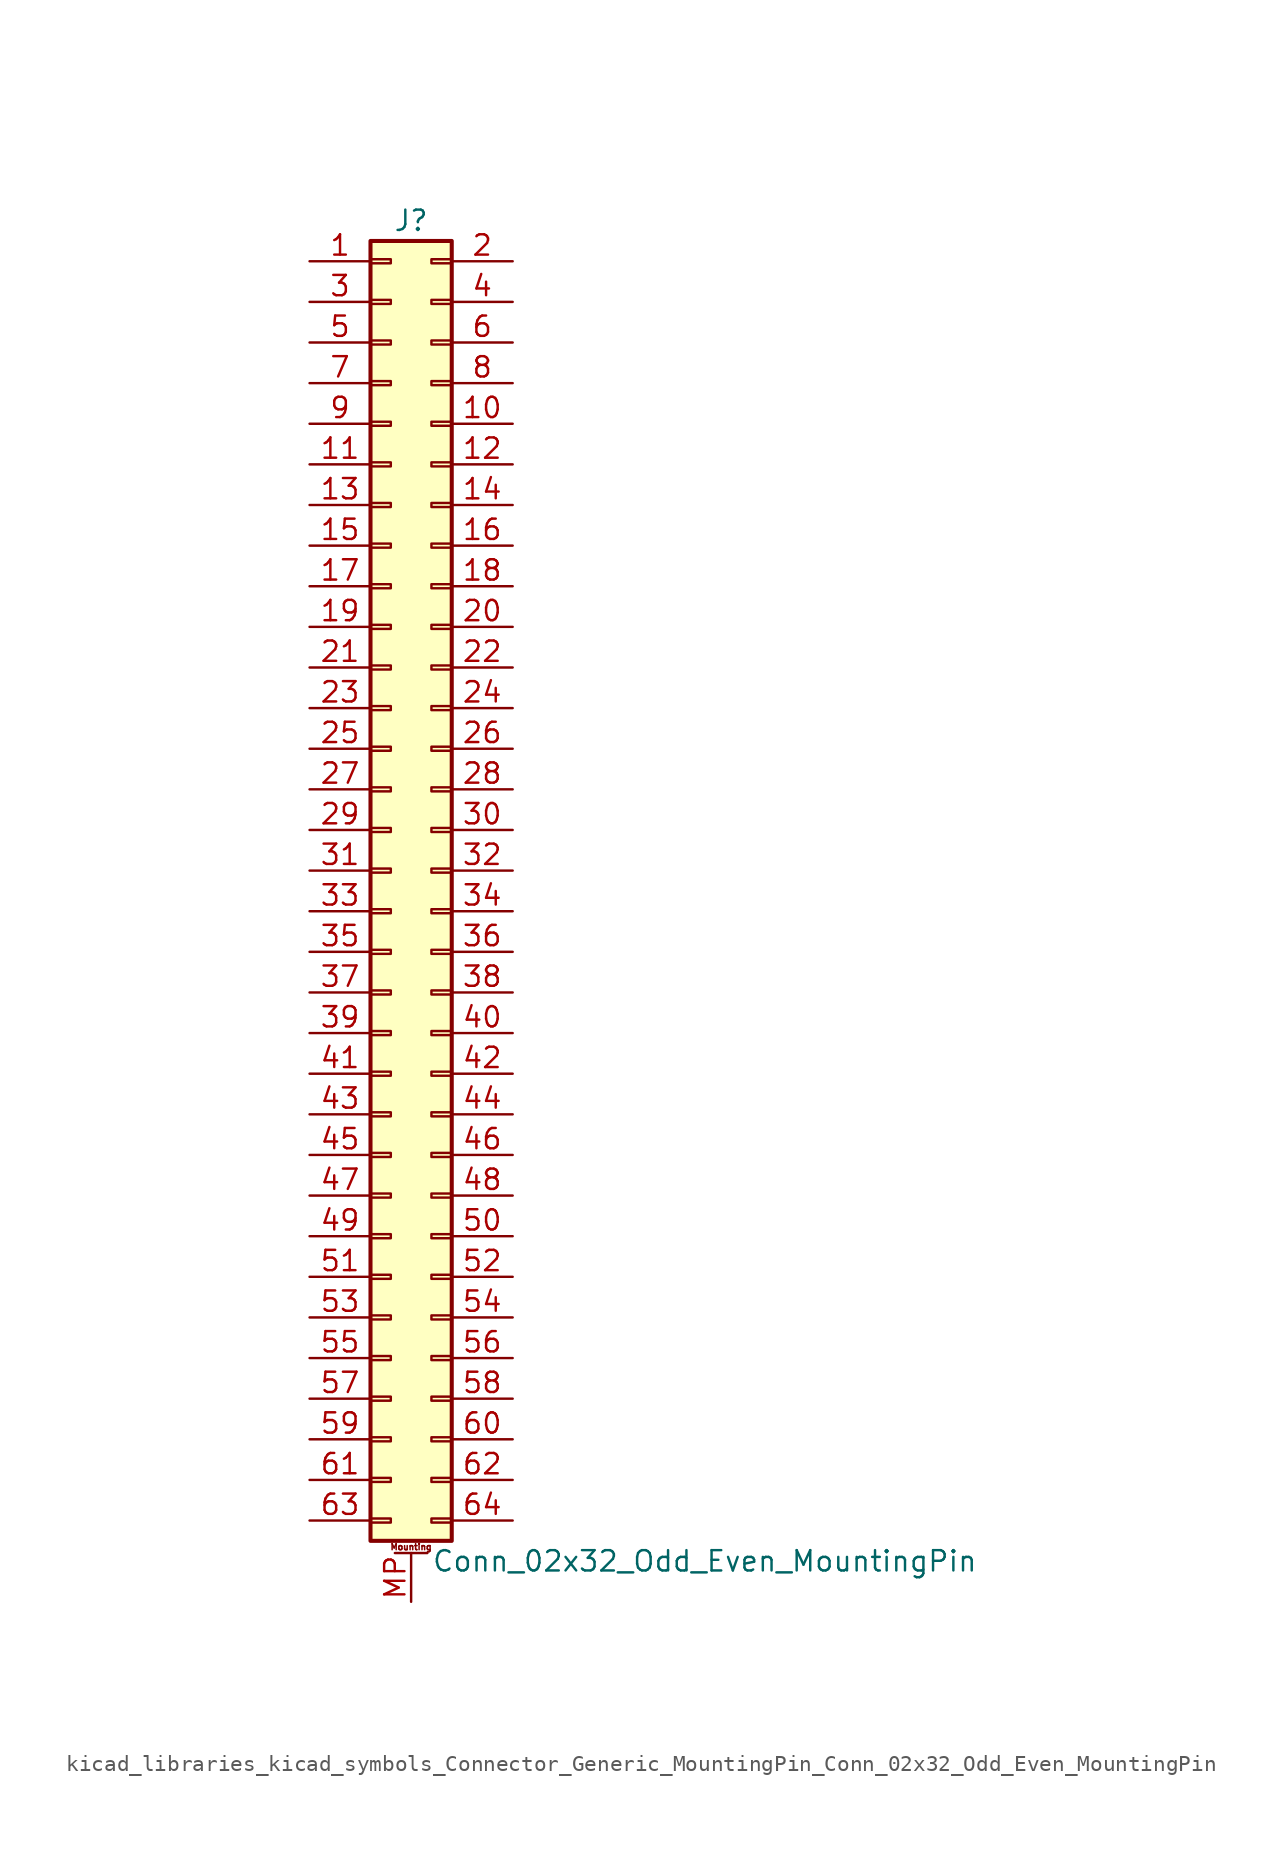
<source format=kicad_sym>
(kicad_symbol_lib
  (version 20220914)
  (generator kicad_symbol_editor)
  (symbol "kicad_libraries_kicad_symbols_Connector_Generic_MountingPin_Conn_02x32_Odd_Even_MountingPin"
    (pin_names
      (offset 1.016) hide)
    (property "Reference" "J"
      (at 1.27 40.64 0)
      (effects (font (size 1.27 1.27))))
    (property "Value" "Conn_02x32_Odd_Even_MountingPin"
      (at 2.54 -43.18 0)
      (effects (font (size 1.27 1.27)) (justify left)))
    (symbol "kicad_libraries_kicad_symbols_Connector_Generic_MountingPin_Conn_02x32_Odd_Even_MountingPin_1_1"
      (rectangle (start -1.27 -40.513) (end 0 -40.767) (stroke (width 0.152) (type default)) (fill (type none)))
      (rectangle (start -1.27 -37.973) (end 0 -38.227) (stroke (width 0.152) (type default)) (fill (type none)))
      (rectangle (start -1.27 -35.433) (end 0 -35.687) (stroke (width 0.152) (type default)) (fill (type none)))
      (rectangle (start -1.27 -32.893) (end 0 -33.147) (stroke (width 0.152) (type default)) (fill (type none)))
      (rectangle (start -1.27 -30.353) (end 0 -30.607) (stroke (width 0.152) (type default)) (fill (type none)))
      (rectangle (start -1.27 -27.813) (end 0 -28.067) (stroke (width 0.152) (type default)) (fill (type none)))
      (rectangle (start -1.27 -25.273) (end 0 -25.527) (stroke (width 0.152) (type default)) (fill (type none)))
      (rectangle (start -1.27 -22.733) (end 0 -22.987) (stroke (width 0.152) (type default)) (fill (type none)))
      (rectangle (start -1.27 -20.193) (end 0 -20.447) (stroke (width 0.152) (type default)) (fill (type none)))
      (rectangle (start -1.27 -17.653) (end 0 -17.907) (stroke (width 0.152) (type default)) (fill (type none)))
      (rectangle (start -1.27 -15.113) (end 0 -15.367) (stroke (width 0.152) (type default)) (fill (type none)))
      (rectangle (start -1.27 -12.573) (end 0 -12.827) (stroke (width 0.152) (type default)) (fill (type none)))
      (rectangle (start -1.27 -10.033) (end 0 -10.287) (stroke (width 0.152) (type default)) (fill (type none)))
      (rectangle (start -1.27 -7.493) (end 0 -7.747) (stroke (width 0.152) (type default)) (fill (type none)))
      (rectangle (start -1.27 -4.953) (end 0 -5.207) (stroke (width 0.152) (type default)) (fill (type none)))
      (rectangle (start -1.27 -2.413) (end 0 -2.667) (stroke (width 0.152) (type default)) (fill (type none)))
      (rectangle (start -1.27 0.127) (end 0 -0.127) (stroke (width 0.152) (type default)) (fill (type none)))
      (rectangle (start -1.27 2.667) (end 0 2.413) (stroke (width 0.152) (type default)) (fill (type none)))
      (rectangle (start -1.27 5.207) (end 0 4.953) (stroke (width 0.152) (type default)) (fill (type none)))
      (rectangle (start -1.27 7.747) (end 0 7.493) (stroke (width 0.152) (type default)) (fill (type none)))
      (rectangle (start -1.27 10.287) (end 0 10.033) (stroke (width 0.152) (type default)) (fill (type none)))
      (rectangle (start -1.27 12.827) (end 0 12.573) (stroke (width 0.152) (type default)) (fill (type none)))
      (rectangle (start -1.27 15.367) (end 0 15.113) (stroke (width 0.152) (type default)) (fill (type none)))
      (rectangle (start -1.27 17.907) (end 0 17.653) (stroke (width 0.152) (type default)) (fill (type none)))
      (rectangle (start -1.27 20.447) (end 0 20.193) (stroke (width 0.152) (type default)) (fill (type none)))
      (rectangle (start -1.27 22.987) (end 0 22.733) (stroke (width 0.152) (type default)) (fill (type none)))
      (rectangle (start -1.27 25.527) (end 0 25.273) (stroke (width 0.152) (type default)) (fill (type none)))
      (rectangle (start -1.27 28.067) (end 0 27.813) (stroke (width 0.152) (type default)) (fill (type none)))
      (rectangle (start -1.27 30.607) (end 0 30.353) (stroke (width 0.152) (type default)) (fill (type none)))
      (rectangle (start -1.27 33.147) (end 0 32.893) (stroke (width 0.152) (type default)) (fill (type none)))
      (rectangle (start -1.27 35.687) (end 0 35.433) (stroke (width 0.152) (type default)) (fill (type none)))
      (rectangle (start -1.27 38.227) (end 0 37.973) (stroke (width 0.152) (type default)) (fill (type none)))
      (rectangle (start -1.27 39.37) (end 3.81 -41.91) (stroke (width 0.254) (type default)) (fill (type background)))
      (polyline (pts (xy 0.254 -42.672) (xy 2.286 -42.672)) (stroke (width 0.152) (type default)) (fill (type none)))
      (rectangle (start 3.81 -40.513) (end 2.54 -40.767) (stroke (width 0.152) (type default)) (fill (type none)))
      (rectangle (start 3.81 -37.973) (end 2.54 -38.227) (stroke (width 0.152) (type default)) (fill (type none)))
      (rectangle (start 3.81 -35.433) (end 2.54 -35.687) (stroke (width 0.152) (type default)) (fill (type none)))
      (rectangle (start 3.81 -32.893) (end 2.54 -33.147) (stroke (width 0.152) (type default)) (fill (type none)))
      (rectangle (start 3.81 -30.353) (end 2.54 -30.607) (stroke (width 0.152) (type default)) (fill (type none)))
      (rectangle (start 3.81 -27.813) (end 2.54 -28.067) (stroke (width 0.152) (type default)) (fill (type none)))
      (rectangle (start 3.81 -25.273) (end 2.54 -25.527) (stroke (width 0.152) (type default)) (fill (type none)))
      (rectangle (start 3.81 -22.733) (end 2.54 -22.987) (stroke (width 0.152) (type default)) (fill (type none)))
      (rectangle (start 3.81 -20.193) (end 2.54 -20.447) (stroke (width 0.152) (type default)) (fill (type none)))
      (rectangle (start 3.81 -17.653) (end 2.54 -17.907) (stroke (width 0.152) (type default)) (fill (type none)))
      (rectangle (start 3.81 -15.113) (end 2.54 -15.367) (stroke (width 0.152) (type default)) (fill (type none)))
      (rectangle (start 3.81 -12.573) (end 2.54 -12.827) (stroke (width 0.152) (type default)) (fill (type none)))
      (rectangle (start 3.81 -10.033) (end 2.54 -10.287) (stroke (width 0.152) (type default)) (fill (type none)))
      (rectangle (start 3.81 -7.493) (end 2.54 -7.747) (stroke (width 0.152) (type default)) (fill (type none)))
      (rectangle (start 3.81 -4.953) (end 2.54 -5.207) (stroke (width 0.152) (type default)) (fill (type none)))
      (rectangle (start 3.81 -2.413) (end 2.54 -2.667) (stroke (width 0.152) (type default)) (fill (type none)))
      (rectangle (start 3.81 0.127) (end 2.54 -0.127) (stroke (width 0.152) (type default)) (fill (type none)))
      (rectangle (start 3.81 2.667) (end 2.54 2.413) (stroke (width 0.152) (type default)) (fill (type none)))
      (rectangle (start 3.81 5.207) (end 2.54 4.953) (stroke (width 0.152) (type default)) (fill (type none)))
      (rectangle (start 3.81 7.747) (end 2.54 7.493) (stroke (width 0.152) (type default)) (fill (type none)))
      (rectangle (start 3.81 10.287) (end 2.54 10.033) (stroke (width 0.152) (type default)) (fill (type none)))
      (rectangle (start 3.81 12.827) (end 2.54 12.573) (stroke (width 0.152) (type default)) (fill (type none)))
      (rectangle (start 3.81 15.367) (end 2.54 15.113) (stroke (width 0.152) (type default)) (fill (type none)))
      (rectangle (start 3.81 17.907) (end 2.54 17.653) (stroke (width 0.152) (type default)) (fill (type none)))
      (rectangle (start 3.81 20.447) (end 2.54 20.193) (stroke (width 0.152) (type default)) (fill (type none)))
      (rectangle (start 3.81 22.987) (end 2.54 22.733) (stroke (width 0.152) (type default)) (fill (type none)))
      (rectangle (start 3.81 25.527) (end 2.54 25.273) (stroke (width 0.152) (type default)) (fill (type none)))
      (rectangle (start 3.81 28.067) (end 2.54 27.813) (stroke (width 0.152) (type default)) (fill (type none)))
      (rectangle (start 3.81 30.607) (end 2.54 30.353) (stroke (width 0.152) (type default)) (fill (type none)))
      (rectangle (start 3.81 33.147) (end 2.54 32.893) (stroke (width 0.152) (type default)) (fill (type none)))
      (rectangle (start 3.81 35.687) (end 2.54 35.433) (stroke (width 0.152) (type default)) (fill (type none)))
      (rectangle (start 3.81 38.227) (end 2.54 37.973) (stroke (width 0.152) (type default)) (fill (type none)))
      (text "Mounting" (at 1.27 -42.291 0) (effects (font (size 0.381 0.381))))
      (pin passive line (at -5.08 38.1 0) (length 3.81) (name "Pin_1" (effects (font (size 1.27 1.27)))) (number "1" (effects (font (size 1.27 1.27)))))
      (pin passive line (at 7.62 27.94 180) (length 3.81) (name "Pin_10" (effects (font (size 1.27 1.27)))) (number "10" (effects (font (size 1.27 1.27)))))
      (pin passive line (at -5.08 25.4 0) (length 3.81) (name "Pin_11" (effects (font (size 1.27 1.27)))) (number "11" (effects (font (size 1.27 1.27)))))
      (pin passive line (at 7.62 25.4 180) (length 3.81) (name "Pin_12" (effects (font (size 1.27 1.27)))) (number "12" (effects (font (size 1.27 1.27)))))
      (pin passive line (at -5.08 22.86 0) (length 3.81) (name "Pin_13" (effects (font (size 1.27 1.27)))) (number "13" (effects (font (size 1.27 1.27)))))
      (pin passive line (at 7.62 22.86 180) (length 3.81) (name "Pin_14" (effects (font (size 1.27 1.27)))) (number "14" (effects (font (size 1.27 1.27)))))
      (pin passive line (at -5.08 20.32 0) (length 3.81) (name "Pin_15" (effects (font (size 1.27 1.27)))) (number "15" (effects (font (size 1.27 1.27)))))
      (pin passive line (at 7.62 20.32 180) (length 3.81) (name "Pin_16" (effects (font (size 1.27 1.27)))) (number "16" (effects (font (size 1.27 1.27)))))
      (pin passive line (at -5.08 17.78 0) (length 3.81) (name "Pin_17" (effects (font (size 1.27 1.27)))) (number "17" (effects (font (size 1.27 1.27)))))
      (pin passive line (at 7.62 17.78 180) (length 3.81) (name "Pin_18" (effects (font (size 1.27 1.27)))) (number "18" (effects (font (size 1.27 1.27)))))
      (pin passive line (at -5.08 15.24 0) (length 3.81) (name "Pin_19" (effects (font (size 1.27 1.27)))) (number "19" (effects (font (size 1.27 1.27)))))
      (pin passive line (at 7.62 38.1 180) (length 3.81) (name "Pin_2" (effects (font (size 1.27 1.27)))) (number "2" (effects (font (size 1.27 1.27)))))
      (pin passive line (at 7.62 15.24 180) (length 3.81) (name "Pin_20" (effects (font (size 1.27 1.27)))) (number "20" (effects (font (size 1.27 1.27)))))
      (pin passive line (at -5.08 12.7 0) (length 3.81) (name "Pin_21" (effects (font (size 1.27 1.27)))) (number "21" (effects (font (size 1.27 1.27)))))
      (pin passive line (at 7.62 12.7 180) (length 3.81) (name "Pin_22" (effects (font (size 1.27 1.27)))) (number "22" (effects (font (size 1.27 1.27)))))
      (pin passive line (at -5.08 10.16 0) (length 3.81) (name "Pin_23" (effects (font (size 1.27 1.27)))) (number "23" (effects (font (size 1.27 1.27)))))
      (pin passive line (at 7.62 10.16 180) (length 3.81) (name "Pin_24" (effects (font (size 1.27 1.27)))) (number "24" (effects (font (size 1.27 1.27)))))
      (pin passive line (at -5.08 7.62 0) (length 3.81) (name "Pin_25" (effects (font (size 1.27 1.27)))) (number "25" (effects (font (size 1.27 1.27)))))
      (pin passive line (at 7.62 7.62 180) (length 3.81) (name "Pin_26" (effects (font (size 1.27 1.27)))) (number "26" (effects (font (size 1.27 1.27)))))
      (pin passive line (at -5.08 5.08 0) (length 3.81) (name "Pin_27" (effects (font (size 1.27 1.27)))) (number "27" (effects (font (size 1.27 1.27)))))
      (pin passive line (at 7.62 5.08 180) (length 3.81) (name "Pin_28" (effects (font (size 1.27 1.27)))) (number "28" (effects (font (size 1.27 1.27)))))
      (pin passive line (at -5.08 2.54 0) (length 3.81) (name "Pin_29" (effects (font (size 1.27 1.27)))) (number "29" (effects (font (size 1.27 1.27)))))
      (pin passive line (at -5.08 35.56 0) (length 3.81) (name "Pin_3" (effects (font (size 1.27 1.27)))) (number "3" (effects (font (size 1.27 1.27)))))
      (pin passive line (at 7.62 2.54 180) (length 3.81) (name "Pin_30" (effects (font (size 1.27 1.27)))) (number "30" (effects (font (size 1.27 1.27)))))
      (pin passive line (at -5.08 0 0) (length 3.81) (name "Pin_31" (effects (font (size 1.27 1.27)))) (number "31" (effects (font (size 1.27 1.27)))))
      (pin passive line (at 7.62 0 180) (length 3.81) (name "Pin_32" (effects (font (size 1.27 1.27)))) (number "32" (effects (font (size 1.27 1.27)))))
      (pin passive line (at -5.08 -2.54 0) (length 3.81) (name "Pin_33" (effects (font (size 1.27 1.27)))) (number "33" (effects (font (size 1.27 1.27)))))
      (pin passive line (at 7.62 -2.54 180) (length 3.81) (name "Pin_34" (effects (font (size 1.27 1.27)))) (number "34" (effects (font (size 1.27 1.27)))))
      (pin passive line (at -5.08 -5.08 0) (length 3.81) (name "Pin_35" (effects (font (size 1.27 1.27)))) (number "35" (effects (font (size 1.27 1.27)))))
      (pin passive line (at 7.62 -5.08 180) (length 3.81) (name "Pin_36" (effects (font (size 1.27 1.27)))) (number "36" (effects (font (size 1.27 1.27)))))
      (pin passive line (at -5.08 -7.62 0) (length 3.81) (name "Pin_37" (effects (font (size 1.27 1.27)))) (number "37" (effects (font (size 1.27 1.27)))))
      (pin passive line (at 7.62 -7.62 180) (length 3.81) (name "Pin_38" (effects (font (size 1.27 1.27)))) (number "38" (effects (font (size 1.27 1.27)))))
      (pin passive line (at -5.08 -10.16 0) (length 3.81) (name "Pin_39" (effects (font (size 1.27 1.27)))) (number "39" (effects (font (size 1.27 1.27)))))
      (pin passive line (at 7.62 35.56 180) (length 3.81) (name "Pin_4" (effects (font (size 1.27 1.27)))) (number "4" (effects (font (size 1.27 1.27)))))
      (pin passive line (at 7.62 -10.16 180) (length 3.81) (name "Pin_40" (effects (font (size 1.27 1.27)))) (number "40" (effects (font (size 1.27 1.27)))))
      (pin passive line (at -5.08 -12.7 0) (length 3.81) (name "Pin_41" (effects (font (size 1.27 1.27)))) (number "41" (effects (font (size 1.27 1.27)))))
      (pin passive line (at 7.62 -12.7 180) (length 3.81) (name "Pin_42" (effects (font (size 1.27 1.27)))) (number "42" (effects (font (size 1.27 1.27)))))
      (pin passive line (at -5.08 -15.24 0) (length 3.81) (name "Pin_43" (effects (font (size 1.27 1.27)))) (number "43" (effects (font (size 1.27 1.27)))))
      (pin passive line (at 7.62 -15.24 180) (length 3.81) (name "Pin_44" (effects (font (size 1.27 1.27)))) (number "44" (effects (font (size 1.27 1.27)))))
      (pin passive line (at -5.08 -17.78 0) (length 3.81) (name "Pin_45" (effects (font (size 1.27 1.27)))) (number "45" (effects (font (size 1.27 1.27)))))
      (pin passive line (at 7.62 -17.78 180) (length 3.81) (name "Pin_46" (effects (font (size 1.27 1.27)))) (number "46" (effects (font (size 1.27 1.27)))))
      (pin passive line (at -5.08 -20.32 0) (length 3.81) (name "Pin_47" (effects (font (size 1.27 1.27)))) (number "47" (effects (font (size 1.27 1.27)))))
      (pin passive line (at 7.62 -20.32 180) (length 3.81) (name "Pin_48" (effects (font (size 1.27 1.27)))) (number "48" (effects (font (size 1.27 1.27)))))
      (pin passive line (at -5.08 -22.86 0) (length 3.81) (name "Pin_49" (effects (font (size 1.27 1.27)))) (number "49" (effects (font (size 1.27 1.27)))))
      (pin passive line (at -5.08 33.02 0) (length 3.81) (name "Pin_5" (effects (font (size 1.27 1.27)))) (number "5" (effects (font (size 1.27 1.27)))))
      (pin passive line (at 7.62 -22.86 180) (length 3.81) (name "Pin_50" (effects (font (size 1.27 1.27)))) (number "50" (effects (font (size 1.27 1.27)))))
      (pin passive line (at -5.08 -25.4 0) (length 3.81) (name "Pin_51" (effects (font (size 1.27 1.27)))) (number "51" (effects (font (size 1.27 1.27)))))
      (pin passive line (at 7.62 -25.4 180) (length 3.81) (name "Pin_52" (effects (font (size 1.27 1.27)))) (number "52" (effects (font (size 1.27 1.27)))))
      (pin passive line (at -5.08 -27.94 0) (length 3.81) (name "Pin_53" (effects (font (size 1.27 1.27)))) (number "53" (effects (font (size 1.27 1.27)))))
      (pin passive line (at 7.62 -27.94 180) (length 3.81) (name "Pin_54" (effects (font (size 1.27 1.27)))) (number "54" (effects (font (size 1.27 1.27)))))
      (pin passive line (at -5.08 -30.48 0) (length 3.81) (name "Pin_55" (effects (font (size 1.27 1.27)))) (number "55" (effects (font (size 1.27 1.27)))))
      (pin passive line (at 7.62 -30.48 180) (length 3.81) (name "Pin_56" (effects (font (size 1.27 1.27)))) (number "56" (effects (font (size 1.27 1.27)))))
      (pin passive line (at -5.08 -33.02 0) (length 3.81) (name "Pin_57" (effects (font (size 1.27 1.27)))) (number "57" (effects (font (size 1.27 1.27)))))
      (pin passive line (at 7.62 -33.02 180) (length 3.81) (name "Pin_58" (effects (font (size 1.27 1.27)))) (number "58" (effects (font (size 1.27 1.27)))))
      (pin passive line (at -5.08 -35.56 0) (length 3.81) (name "Pin_59" (effects (font (size 1.27 1.27)))) (number "59" (effects (font (size 1.27 1.27)))))
      (pin passive line (at 7.62 33.02 180) (length 3.81) (name "Pin_6" (effects (font (size 1.27 1.27)))) (number "6" (effects (font (size 1.27 1.27)))))
      (pin passive line (at 7.62 -35.56 180) (length 3.81) (name "Pin_60" (effects (font (size 1.27 1.27)))) (number "60" (effects (font (size 1.27 1.27)))))
      (pin passive line (at -5.08 -38.1 0) (length 3.81) (name "Pin_61" (effects (font (size 1.27 1.27)))) (number "61" (effects (font (size 1.27 1.27)))))
      (pin passive line (at 7.62 -38.1 180) (length 3.81) (name "Pin_62" (effects (font (size 1.27 1.27)))) (number "62" (effects (font (size 1.27 1.27)))))
      (pin passive line (at -5.08 -40.64 0) (length 3.81) (name "Pin_63" (effects (font (size 1.27 1.27)))) (number "63" (effects (font (size 1.27 1.27)))))
      (pin passive line (at 7.62 -40.64 180) (length 3.81) (name "Pin_64" (effects (font (size 1.27 1.27)))) (number "64" (effects (font (size 1.27 1.27)))))
      (pin passive line (at -5.08 30.48 0) (length 3.81) (name "Pin_7" (effects (font (size 1.27 1.27)))) (number "7" (effects (font (size 1.27 1.27)))))
      (pin passive line (at 7.62 30.48 180) (length 3.81) (name "Pin_8" (effects (font (size 1.27 1.27)))) (number "8" (effects (font (size 1.27 1.27)))))
      (pin passive line (at -5.08 27.94 0) (length 3.81) (name "Pin_9" (effects (font (size 1.27 1.27)))) (number "9" (effects (font (size 1.27 1.27)))))
      (pin passive line (at 1.27 -45.72 90) (length 3.048) (name "MountPin" (effects (font (size 1.27 1.27)))) (number "MP" (effects (font (size 1.27 1.27))))))))
</source>
